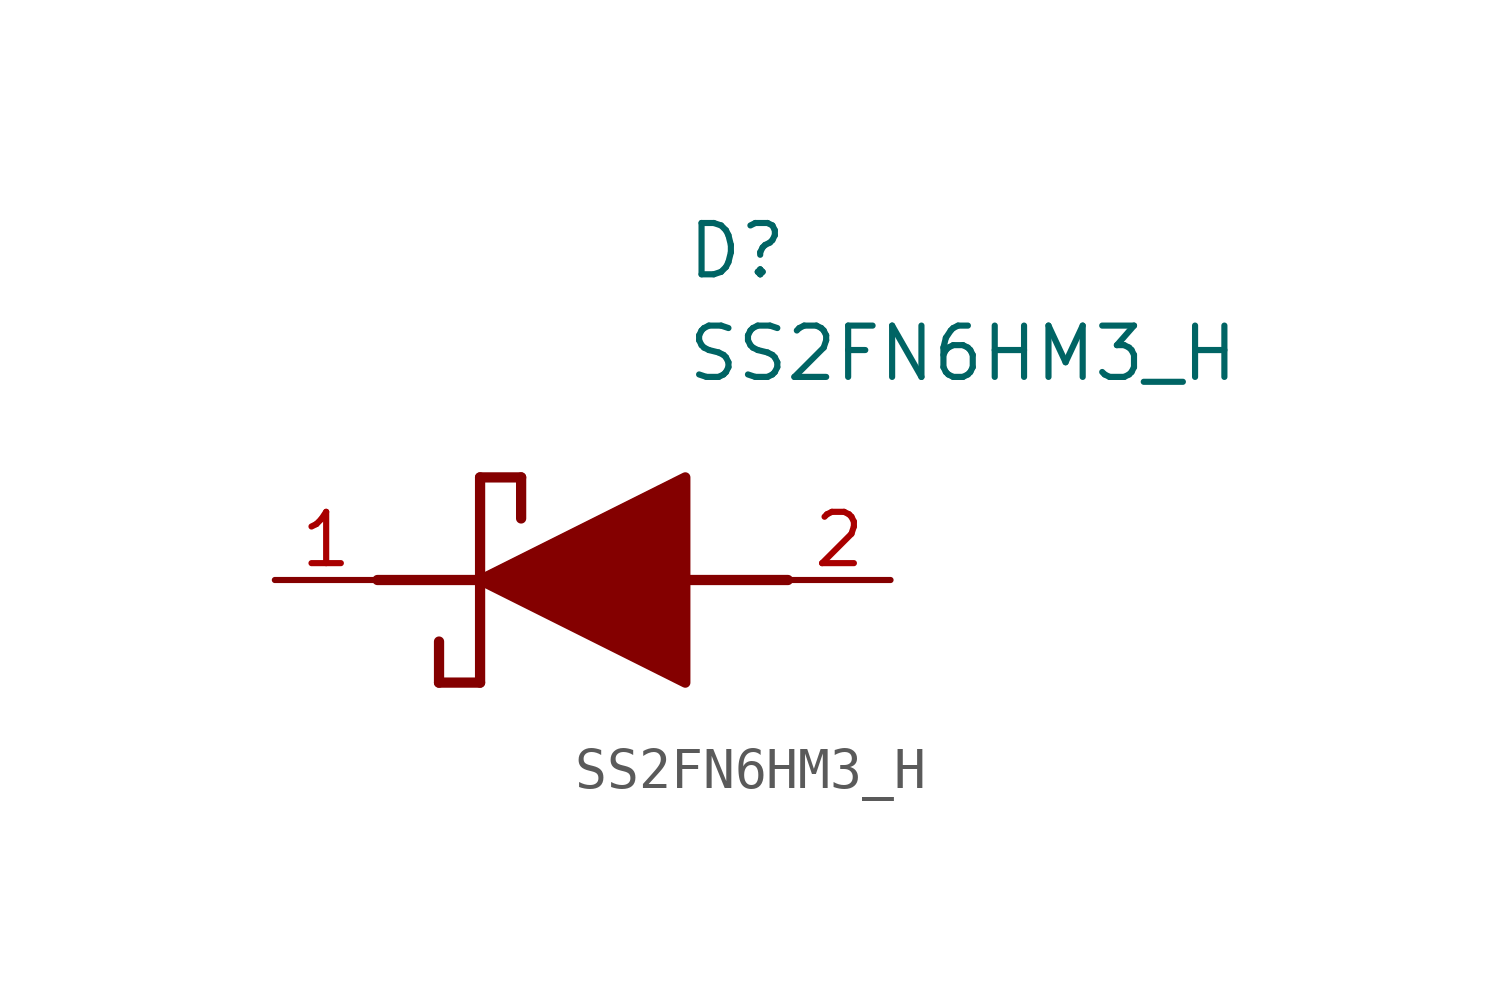
<source format=kicad_sym>
(kicad_symbol_lib
  (version 20211014)
  (generator SamacSys_ECAD_Model)
  (symbol "SS2FN6HM3_H"
    (pin_names hide)
    (property "Reference" "D"
      (at 12.7 8.89 0)
      (effects (font (size 1.27 1.27)) (justify left top)))
    (property "Value" "SS2FN6HM3_H"
      (at 12.7 6.35 0)
      (effects (font (size 1.27 1.27)) (justify left top)))
    (polyline
      (pts (xy 7.62 2.54) (xy 7.62 -2.54))
      (stroke (width 0.254) (type default))
      (fill (type none)))
    (polyline
      (pts (xy 7.62 2.54) (xy 8.636 2.54))
      (stroke (width 0.254) (type default))
      (fill (type none)))
    (polyline
      (pts (xy 8.636 1.524) (xy 8.636 2.54))
      (stroke (width 0.254) (type default))
      (fill (type none)))
    (polyline
      (pts (xy 7.62 -2.54) (xy 6.604 -2.54))
      (stroke (width 0.254) (type default))
      (fill (type none)))
    (polyline
      (pts (xy 6.604 -1.524) (xy 6.604 -2.54))
      (stroke (width 0.254) (type default))
      (fill (type none)))
    (polyline
      (pts (xy 5.08 0) (xy 7.62 0))
      (stroke (width 0.254) (type default))
      (fill (type none)))
    (polyline
      (pts (xy 12.7 0) (xy 15.24 0))
      (stroke (width 0.254) (type default))
      (fill (type none)))
    (polyline
      (pts (xy 7.62 0) (xy 12.7 2.54) (xy 12.7 -2.54) (xy 7.62 0))
      (stroke (width 0.254) (type default))
      (fill (type outline)))
    (pin passive line
      (at 2.54 0 0)
      (length 2.54)
      (name "K" (effects (font (size 1.27 1.27))))
      (number "1" (effects (font (size 1.27 1.27)))))
    (pin passive line
      (at 17.78 0 180)
      (length 2.54)
      (name "A" (effects (font (size 1.27 1.27))))
      (number "2" (effects (font (size 1.27 1.27)))))))
</source>
